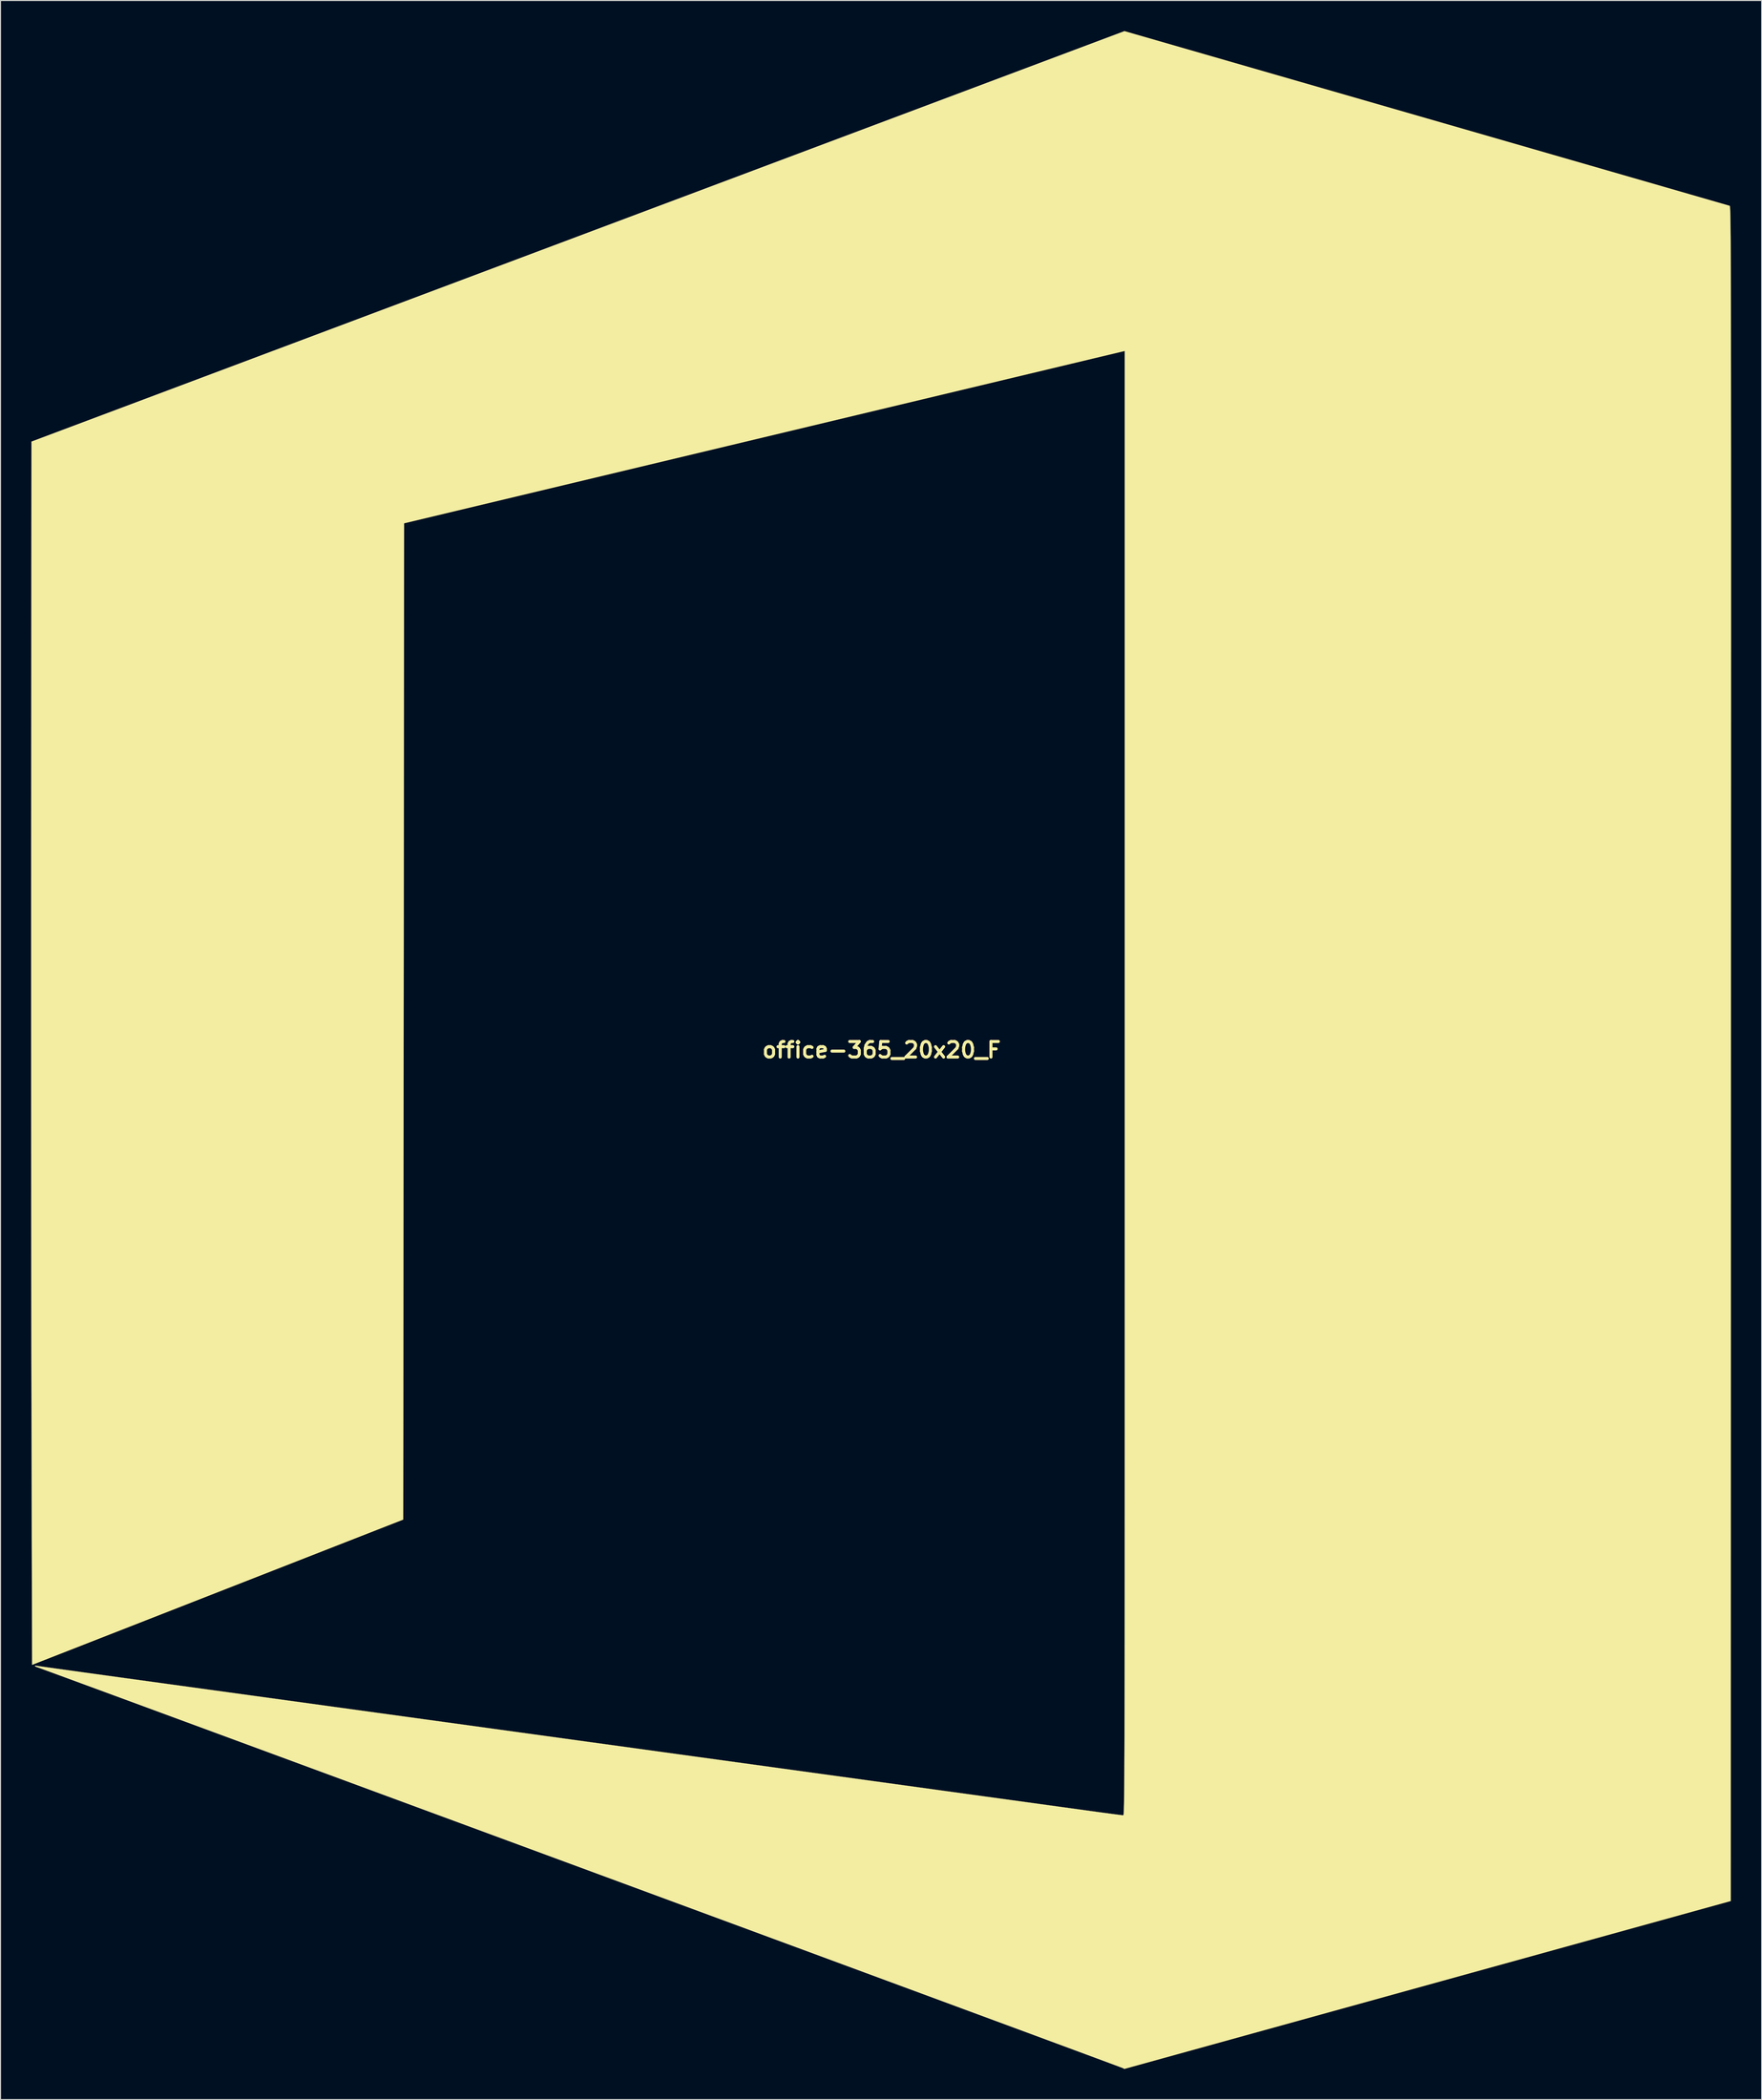
<source format=kicad_pcb>
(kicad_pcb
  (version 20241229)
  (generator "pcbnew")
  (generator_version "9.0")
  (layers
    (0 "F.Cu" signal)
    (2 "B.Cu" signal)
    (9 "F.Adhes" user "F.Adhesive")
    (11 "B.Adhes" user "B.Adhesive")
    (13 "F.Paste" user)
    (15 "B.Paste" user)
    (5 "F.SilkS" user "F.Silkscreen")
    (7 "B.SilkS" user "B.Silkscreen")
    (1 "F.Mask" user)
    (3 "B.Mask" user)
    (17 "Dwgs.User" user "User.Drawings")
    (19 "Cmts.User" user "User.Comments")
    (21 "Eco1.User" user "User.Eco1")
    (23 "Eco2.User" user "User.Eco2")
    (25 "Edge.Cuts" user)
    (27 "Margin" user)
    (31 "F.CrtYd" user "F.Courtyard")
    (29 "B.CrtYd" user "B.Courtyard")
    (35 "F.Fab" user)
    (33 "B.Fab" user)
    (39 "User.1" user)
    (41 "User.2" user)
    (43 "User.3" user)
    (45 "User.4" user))
  (footprint "office-365_20x20_F"
    (layer "F.Cu")
    (at 83.476 99.986)
    (property "Reference" "office-365_20x20_F" (at 0 0 0) (layer "F.SilkS") (effects (font (size 1.524 1.524) (thickness 0.3))))
    (attr through_hole)
    (fp_poly (pts (xy 53.473 -91.434) (xy 55.66 -90.803) (xy 57.807 -90.184) (xy 59.906 -89.578) (xy 61.952 -88.987) (xy 63.941 -88.414) (xy 65.865 -87.858) (xy 67.719 -87.323) (xy 69.498 -86.81) (xy 71.195 -86.32) (xy 72.805 -85.855) (xy 74.323 -85.417) (xy 75.742 -85.008) (xy 77.056 -84.628) (xy 78.261 -84.281) (xy 79.349 -83.966) (xy 80.316 -83.687) (xy 81.156 -83.445) (xy 81.863 -83.24) (xy 82.431 -83.076) (xy 82.854 -82.954) (xy 83.128 -82.875) (xy 83.245 -82.841) (xy 83.249 -82.84) (xy 83.257 -82.832) (xy 83.264 -82.812) (xy 83.272 -82.777) (xy 83.279 -82.724) (xy 83.286 -82.65) (xy 83.292 -82.551) (xy 83.299 -82.424) (xy 83.305 -82.267) (xy 83.311 -82.076) (xy 83.316 -81.848) (xy 83.321 -81.58) (xy 83.326 -81.268) (xy 83.331 -80.911) (xy 83.336 -80.504) (xy 83.34 -80.045) (xy 83.344 -79.53) (xy 83.348 -78.956) (xy 83.352 -78.321) (xy 83.355 -77.621) (xy 83.358 -76.852) (xy 83.361 -76.013) (xy 83.364 -75.099) (xy 83.366 -74.108) (xy 83.369 -73.037) (xy 83.371 -71.882) (xy 83.373 -70.64) (xy 83.375 -69.308) (xy 83.376 -67.884) (xy 83.378 -66.364) (xy 83.379 -64.744) (xy 83.38 -63.022) (xy 83.381 -61.195) (xy 83.382 -59.26) (xy 83.383 -57.213) (xy 83.383 -55.051) (xy 83.384 -52.772) (xy 83.384 -50.372) (xy 83.384 -47.848) (xy 83.384 -45.196) (xy 83.384 -42.415) (xy 83.384 -39.5) (xy 83.383 -36.449) (xy 83.383 -33.258) (xy 83.382 -29.925) (xy 83.382 -26.446) (xy 83.381 -22.818) (xy 83.38 -19.038) (xy 83.379 -15.104) (xy 83.378 -11.01) (xy 83.377 -6.756) (xy 83.376 -2.337) (xy 83.376 0.36) (xy 83.354 83.512) (xy 53.594 91.749) (xy 51.4 92.356) (xy 49.248 92.952) (xy 47.144 93.535) (xy 45.093 94.102) (xy 43.102 94.653) (xy 41.175 95.187) (xy 39.319 95.701) (xy 37.539 96.193) (xy 35.841 96.663) (xy 34.231 97.109) (xy 32.714 97.529) (xy 31.297 97.921) (xy 29.984 98.284) (xy 28.782 98.617) (xy 27.697 98.917) (xy 26.734 99.184) (xy 25.898 99.415) (xy 25.196 99.61) (xy 24.633 99.765) (xy 24.215 99.881) (xy 23.947 99.955) (xy 23.837 99.986) (xy 23.834 99.987) (xy 23.773 99.951) (xy 23.707 99.913) (xy 23.619 99.879) (xy 23.378 99.789) (xy 22.989 99.643) (xy 22.455 99.445) (xy 21.783 99.195) (xy 20.978 98.896) (xy 20.043 98.55) (xy 18.986 98.158) (xy 17.809 97.722) (xy 16.519 97.245) (xy 15.12 96.727) (xy 13.618 96.171) (xy 12.017 95.579) (xy 10.322 94.953) (xy 8.539 94.294) (xy 6.673 93.604) (xy 4.728 92.885) (xy 2.709 92.139) (xy 0.622 91.368) (xy -1.529 90.573) (xy -3.738 89.757) (xy -6 88.921) (xy -8.311 88.067) (xy -10.666 87.198) (xy -13.059 86.314) (xy -15.485 85.418) (xy -17.94 84.512) (xy -20.418 83.597) (xy -22.914 82.675) (xy -25.424 81.748) (xy -27.942 80.819) (xy -30.464 79.888) (xy -32.984 78.958) (xy -35.497 78.03) (xy -37.998 77.107) (xy -40.483 76.19) (xy -42.946 75.281) (xy -45.383 74.382) (xy -47.788 73.494) (xy -50.156 72.621) (xy -52.482 71.762) (xy -54.761 70.921) (xy -56.989 70.1) (xy -59.16 69.299) (xy -61.269 68.521) (xy -63.311 67.768) (xy -65.281 67.042) (xy -67.175 66.343) (xy -68.987 65.676) (xy -70.711 65.04) (xy -72.344 64.438) (xy -73.88 63.872) (xy -75.315 63.344) (xy -76.642 62.855) (xy -77.857 62.408) (xy -78.956 62.004) (xy -79.932 61.645) (xy -80.782 61.333) (xy -81.499 61.069) (xy -82.08 60.856) (xy -82.518 60.696) (xy -82.81 60.59) (xy -82.949 60.54) (xy -82.962 60.537) (xy -83.084 60.475) (xy -83.095 60.46) (xy -83.071 60.412) (xy -82.995 60.419) (xy -82.895 60.434) (xy -82.638 60.472) (xy -82.23 60.529) (xy -81.682 60.606) (xy -81.003 60.701) (xy -80.201 60.812) (xy -79.286 60.939) (xy -78.267 61.081) (xy -77.153 61.235) (xy -75.952 61.4) (xy -74.675 61.577) (xy -73.33 61.762) (xy -71.926 61.955) (xy -70.473 62.155) (xy -69.638 62.27) (xy -67.912 62.507) (xy -66.075 62.76) (xy -64.151 63.024) (xy -62.162 63.298) (xy -60.132 63.577) (xy -58.083 63.859) (xy -56.038 64.14) (xy -54.021 64.418) (xy -52.054 64.688) (xy -50.16 64.949) (xy -48.363 65.196) (xy -46.685 65.427) (xy -45.15 65.638) (xy -45 65.659) (xy -42.789 65.963) (xy -40.523 66.275) (xy -38.216 66.593) (xy -35.882 66.914) (xy -33.537 67.237) (xy -31.193 67.56) (xy -28.865 67.88) (xy -26.567 68.196) (xy -24.314 68.506) (xy -22.119 68.809) (xy -19.996 69.101) (xy -17.96 69.381) (xy -16.026 69.647) (xy -14.206 69.898) (xy -12.515 70.13) (xy -10.968 70.343) (xy -9.948 70.484) (xy -8.933 70.623) (xy -7.808 70.778) (xy -6.585 70.947) (xy -5.275 71.127) (xy -3.891 71.317) (xy -2.445 71.516) (xy -0.95 71.722) (xy 0.584 71.933) (xy 2.144 72.148) (xy 3.717 72.365) (xy 5.293 72.582) (xy 6.858 72.797) (xy 8.401 73.009) (xy 9.909 73.217) (xy 11.371 73.418) (xy 12.775 73.612) (xy 14.109 73.795) (xy 15.359 73.967) (xy 16.516 74.126) (xy 17.565 74.271) (xy 18.496 74.399) (xy 19.297 74.509) (xy 19.954 74.6) (xy 20.457 74.669) (xy 20.489 74.674) (xy 21.198 74.771) (xy 21.858 74.86) (xy 22.448 74.939) (xy 22.95 75.005) (xy 23.344 75.055) (xy 23.609 75.088) (xy 23.727 75.099) (xy 23.728 75.099) (xy 23.736 75.094) (xy 23.745 75.077) (xy 23.753 75.043) (xy 23.76 74.991) (xy 23.768 74.916) (xy 23.775 74.816) (xy 23.781 74.686) (xy 23.788 74.524) (xy 23.794 74.326) (xy 23.8 74.089) (xy 23.805 73.809) (xy 23.811 73.483) (xy 23.816 73.109) (xy 23.82 72.681) (xy 23.825 72.198) (xy 23.829 71.656) (xy 23.833 71.051) (xy 23.837 70.381) (xy 23.84 69.641) (xy 23.844 68.828) (xy 23.847 67.94) (xy 23.85 66.972) (xy 23.852 65.922) (xy 23.855 64.785) (xy 23.857 63.56) (xy 23.859 62.242) (xy 23.861 60.828) (xy 23.863 59.314) (xy 23.865 57.698) (xy 23.866 55.976) (xy 23.868 54.145) (xy 23.869 52.2) (xy 23.87 50.14) (xy 23.871 47.961) (xy 23.872 45.659) (xy 23.873 43.23) (xy 23.873 40.673) (xy 23.874 37.982) (xy 23.874 35.156) (xy 23.875 32.19) (xy 23.875 29.081) (xy 23.875 25.827) (xy 23.876 22.422) (xy 23.876 18.865) (xy 23.876 15.152) (xy 23.876 11.28) (xy 23.876 7.244) (xy 23.876 3.253) (xy 23.876 -68.593) (xy 23.643 -68.54) (xy 23.546 -68.517) (xy 23.289 -68.456) (xy 22.878 -68.358) (xy 22.319 -68.224) (xy 21.617 -68.057) (xy 20.776 -67.856) (xy 19.804 -67.623) (xy 18.704 -67.361) (xy 17.483 -67.069) (xy 16.146 -66.749) (xy 14.698 -66.403) (xy 13.144 -66.032) (xy 11.49 -65.636) (xy 9.742 -65.218) (xy 7.904 -64.779) (xy 5.982 -64.319) (xy 3.982 -63.841) (xy 1.909 -63.346) (xy -0.233 -62.834) (xy -2.436 -62.307) (xy -4.697 -61.766) (xy -7.009 -61.213) (xy -9.367 -60.649) (xy -11.726 -60.085) (xy -46.863 -51.684) (xy -46.905 -2.802) (xy -46.948 46.081) (xy -83.376 60.336) (xy -83.434 36.454) (xy -83.438 34.594) (xy -83.442 32.577) (xy -83.446 30.413) (xy -83.449 28.114) (xy -83.453 25.692) (xy -83.456 23.159) (xy -83.458 20.526) (xy -83.461 17.805) (xy -83.463 15.006) (xy -83.465 12.143) (xy -83.467 9.226) (xy -83.468 6.266) (xy -83.47 3.276) (xy -83.47 0.267) (xy -83.471 -2.749) (xy -83.471 -5.762) (xy -83.471 -8.758) (xy -83.471 -11.728) (xy -83.47 -14.658) (xy -83.469 -17.538) (xy -83.468 -20.356) (xy -83.466 -23.101) (xy -83.465 -23.565) (xy -83.439 -59.702) (xy -29.796 -79.842) (xy 23.846 -99.981) (xy 53.473 -91.434)) (stroke (width 0.01) (type solid)) (fill yes) (layer "F.SilkS")))
  (gr_rect
    (start -3 -3)
    (end 169.865 202.977)
    (stroke (width 0.1) (type default))
    (fill no)
    (layer "Edge.Cuts")))
</source>
